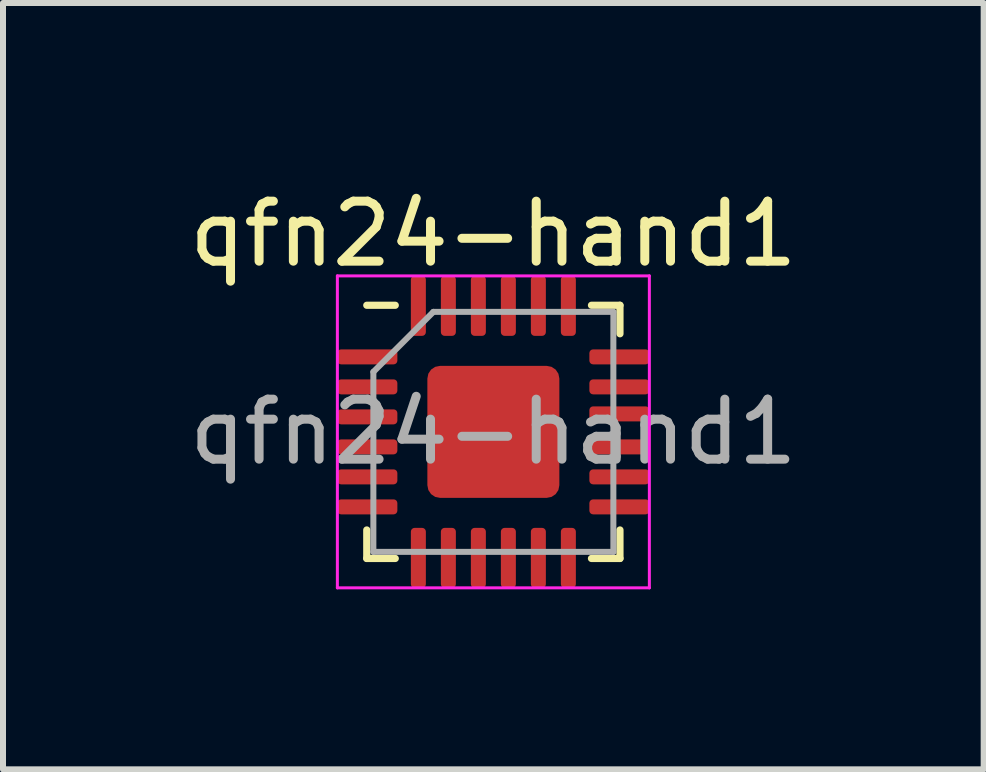
<source format=kicad_pcb>
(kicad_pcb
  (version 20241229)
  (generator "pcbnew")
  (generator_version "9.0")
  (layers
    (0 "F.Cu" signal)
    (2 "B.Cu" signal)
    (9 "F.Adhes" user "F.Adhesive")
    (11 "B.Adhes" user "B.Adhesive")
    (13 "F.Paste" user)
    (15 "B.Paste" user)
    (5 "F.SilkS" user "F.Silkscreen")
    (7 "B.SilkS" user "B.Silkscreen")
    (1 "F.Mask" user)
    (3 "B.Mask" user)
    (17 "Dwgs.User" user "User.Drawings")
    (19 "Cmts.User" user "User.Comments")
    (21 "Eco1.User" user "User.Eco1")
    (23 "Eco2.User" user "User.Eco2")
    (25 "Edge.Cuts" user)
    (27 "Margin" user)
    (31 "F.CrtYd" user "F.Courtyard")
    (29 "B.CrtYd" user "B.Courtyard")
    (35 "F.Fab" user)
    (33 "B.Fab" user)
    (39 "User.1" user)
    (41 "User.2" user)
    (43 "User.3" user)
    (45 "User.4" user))
  (footprint "qfn24-hand1"
    (layer "F.Cu")
    (at 5.173 4.148)
    (property "Reference" "qfn24-hand1" (at 0 -3.3 0) (layer "F.SilkS") (effects (font (size 1 1) (thickness 0.15))))
    (attr smd)
    (fp_line (start -2.11 2.11) (end -2.11 1.635) (stroke (width 0.12) (type solid)) (layer "F.SilkS"))
    (fp_line (start -1.635 -2.11) (end -2.11 -2.11) (stroke (width 0.12) (type solid)) (layer "F.SilkS"))
    (fp_line (start -1.635 2.11) (end -2.11 2.11) (stroke (width 0.12) (type solid)) (layer "F.SilkS"))
    (fp_line (start 1.635 -2.11) (end 2.11 -2.11) (stroke (width 0.12) (type solid)) (layer "F.SilkS"))
    (fp_line (start 1.635 2.11) (end 2.11 2.11) (stroke (width 0.12) (type solid)) (layer "F.SilkS"))
    (fp_line (start 2.11 -2.11) (end 2.11 -1.635) (stroke (width 0.12) (type solid)) (layer "F.SilkS"))
    (fp_line (start 2.11 2.11) (end 2.11 1.635) (stroke (width 0.12) (type solid)) (layer "F.SilkS"))
    (fp_line (start -2.6 -2.6) (end -2.6 2.6) (stroke (width 0.05) (type solid)) (layer "F.CrtYd"))
    (fp_line (start -2.6 2.6) (end 2.6 2.6) (stroke (width 0.05) (type solid)) (layer "F.CrtYd"))
    (fp_line (start 2.6 -2.6) (end -2.6 -2.6) (stroke (width 0.05) (type solid)) (layer "F.CrtYd"))
    (fp_line (start 2.6 2.6) (end 2.6 -2.6) (stroke (width 0.05) (type solid)) (layer "F.CrtYd"))
    (fp_line (start -2 -1) (end -1 -2) (stroke (width 0.1) (type solid)) (layer "F.Fab"))
    (fp_line (start -2 2) (end -2 -1) (stroke (width 0.1) (type solid)) (layer "F.Fab"))
    (fp_line (start -1 -2) (end 2 -2) (stroke (width 0.1) (type solid)) (layer "F.Fab"))
    (fp_line (start 2 -2) (end 2 2) (stroke (width 0.1) (type solid)) (layer "F.Fab"))
    (fp_line (start 2 2) (end -2 2) (stroke (width 0.1) (type solid)) (layer "F.Fab"))
    (fp_text user "${REFERENCE}" (at 0 0 0) (layer "F.Fab") (effects (font (size 1 1) (thickness 0.15))))
    (pad "" smd roundrect (at -0.65 -0.65) (size 0.8 0.8) (layers "F.Paste") (roundrect_rratio 0.238))
    (pad "" smd roundrect (at -0.65 0.65) (size 0.8 0.8) (layers "F.Paste") (roundrect_rratio 0.238))
    (pad "" smd roundrect (at 0.65 -0.65) (size 0.8 0.8) (layers "F.Paste") (roundrect_rratio 0.238))
    (pad "" smd roundrect (at 0.65 0.65) (size 0.8 0.8) (layers "F.Paste") (roundrect_rratio 0.238))
    (pad "1" smd roundrect (at -2.1 -1.25) (size 1 0.25) (layers "F.Cu" "F.Mask" "F.Paste") (roundrect_rratio 0.25))
    (pad "2" smd roundrect (at -2.1 -0.75) (size 1 0.25) (layers "F.Cu" "F.Mask" "F.Paste") (roundrect_rratio 0.25))
    (pad "3" smd roundrect (at -2.1 -0.25) (size 1 0.25) (layers "F.Cu" "F.Mask" "F.Paste") (roundrect_rratio 0.25))
    (pad "4" smd roundrect (at -2.1 0.25) (size 1 0.25) (layers "F.Cu" "F.Mask" "F.Paste") (roundrect_rratio 0.25))
    (pad "5" smd roundrect (at -2.1 0.75) (size 1 0.25) (layers "F.Cu" "F.Mask" "F.Paste") (roundrect_rratio 0.25))
    (pad "6" smd roundrect (at -2.1 1.25) (size 1 0.25) (layers "F.Cu" "F.Mask" "F.Paste") (roundrect_rratio 0.25))
    (pad "7" smd roundrect (at -1.25 2.1) (size 0.25 1) (layers "F.Cu" "F.Mask" "F.Paste") (roundrect_rratio 0.25))
    (pad "8" smd roundrect (at -0.75 2.1) (size 0.25 1) (layers "F.Cu" "F.Mask" "F.Paste") (roundrect_rratio 0.25))
    (pad "9" smd roundrect (at -0.25 2.1) (size 0.25 1) (layers "F.Cu" "F.Mask" "F.Paste") (roundrect_rratio 0.25))
    (pad "10" smd roundrect (at 0.25 2.1) (size 0.25 1) (layers "F.Cu" "F.Mask" "F.Paste") (roundrect_rratio 0.25))
    (pad "11" smd roundrect (at 0.75 2.1) (size 0.25 1) (layers "F.Cu" "F.Mask" "F.Paste") (roundrect_rratio 0.25))
    (pad "12" smd roundrect (at 1.25 2.1) (size 0.25 1) (layers "F.Cu" "F.Mask" "F.Paste") (roundrect_rratio 0.25))
    (pad "13" smd roundrect (at 2.1 1.25) (size 1 0.25) (layers "F.Cu" "F.Mask" "F.Paste") (roundrect_rratio 0.25))
    (pad "14" smd roundrect (at 2.1 0.75) (size 1 0.25) (layers "F.Cu" "F.Mask" "F.Paste") (roundrect_rratio 0.25))
    (pad "15" smd roundrect (at 2.1 0.25) (size 1 0.25) (layers "F.Cu" "F.Mask" "F.Paste") (roundrect_rratio 0.25))
    (pad "16" smd roundrect (at 2.1 -0.3) (size 1 0.25) (layers "F.Cu" "F.Mask" "F.Paste") (roundrect_rratio 0.25))
    (pad "17" smd roundrect (at 2.1 -0.75) (size 1 0.25) (layers "F.Cu" "F.Mask" "F.Paste") (roundrect_rratio 0.25))
    (pad "18" smd roundrect (at 2.1 -1.25) (size 1 0.25) (layers "F.Cu" "F.Mask" "F.Paste") (roundrect_rratio 0.25))
    (pad "19" smd roundrect (at 1.25 -2.1) (size 0.25 1) (layers "F.Cu" "F.Mask" "F.Paste") (roundrect_rratio 0.25))
    (pad "20" smd roundrect (at 0.75 -2.1) (size 0.25 1) (layers "F.Cu" "F.Mask" "F.Paste") (roundrect_rratio 0.25))
    (pad "21" smd roundrect (at 0.25 -2.1) (size 0.25 1) (layers "F.Cu" "F.Mask" "F.Paste") (roundrect_rratio 0.25))
    (pad "22" smd roundrect (at -0.25 -2.1) (size 0.25 1) (layers "F.Cu" "F.Mask" "F.Paste") (roundrect_rratio 0.25))
    (pad "23" smd roundrect (at -0.75 -2.1) (size 0.25 1) (layers "F.Cu" "F.Mask" "F.Paste") (roundrect_rratio 0.25))
    (pad "24" smd roundrect (at -1.25 -2.1) (size 0.25 1) (layers "F.Cu" "F.Mask" "F.Paste") (roundrect_rratio 0.25))
    (pad "25" smd roundrect (at 0 0) (size 2.2 2.2) (layers "F.Cu" "F.Mask") (roundrect_rratio 0.096)))
  (gr_rect
    (start -3 -3)
    (end 13.345 9.773)
    (stroke (width 0.1) (type default))
    (fill no)
    (layer "Edge.Cuts")))
</source>
